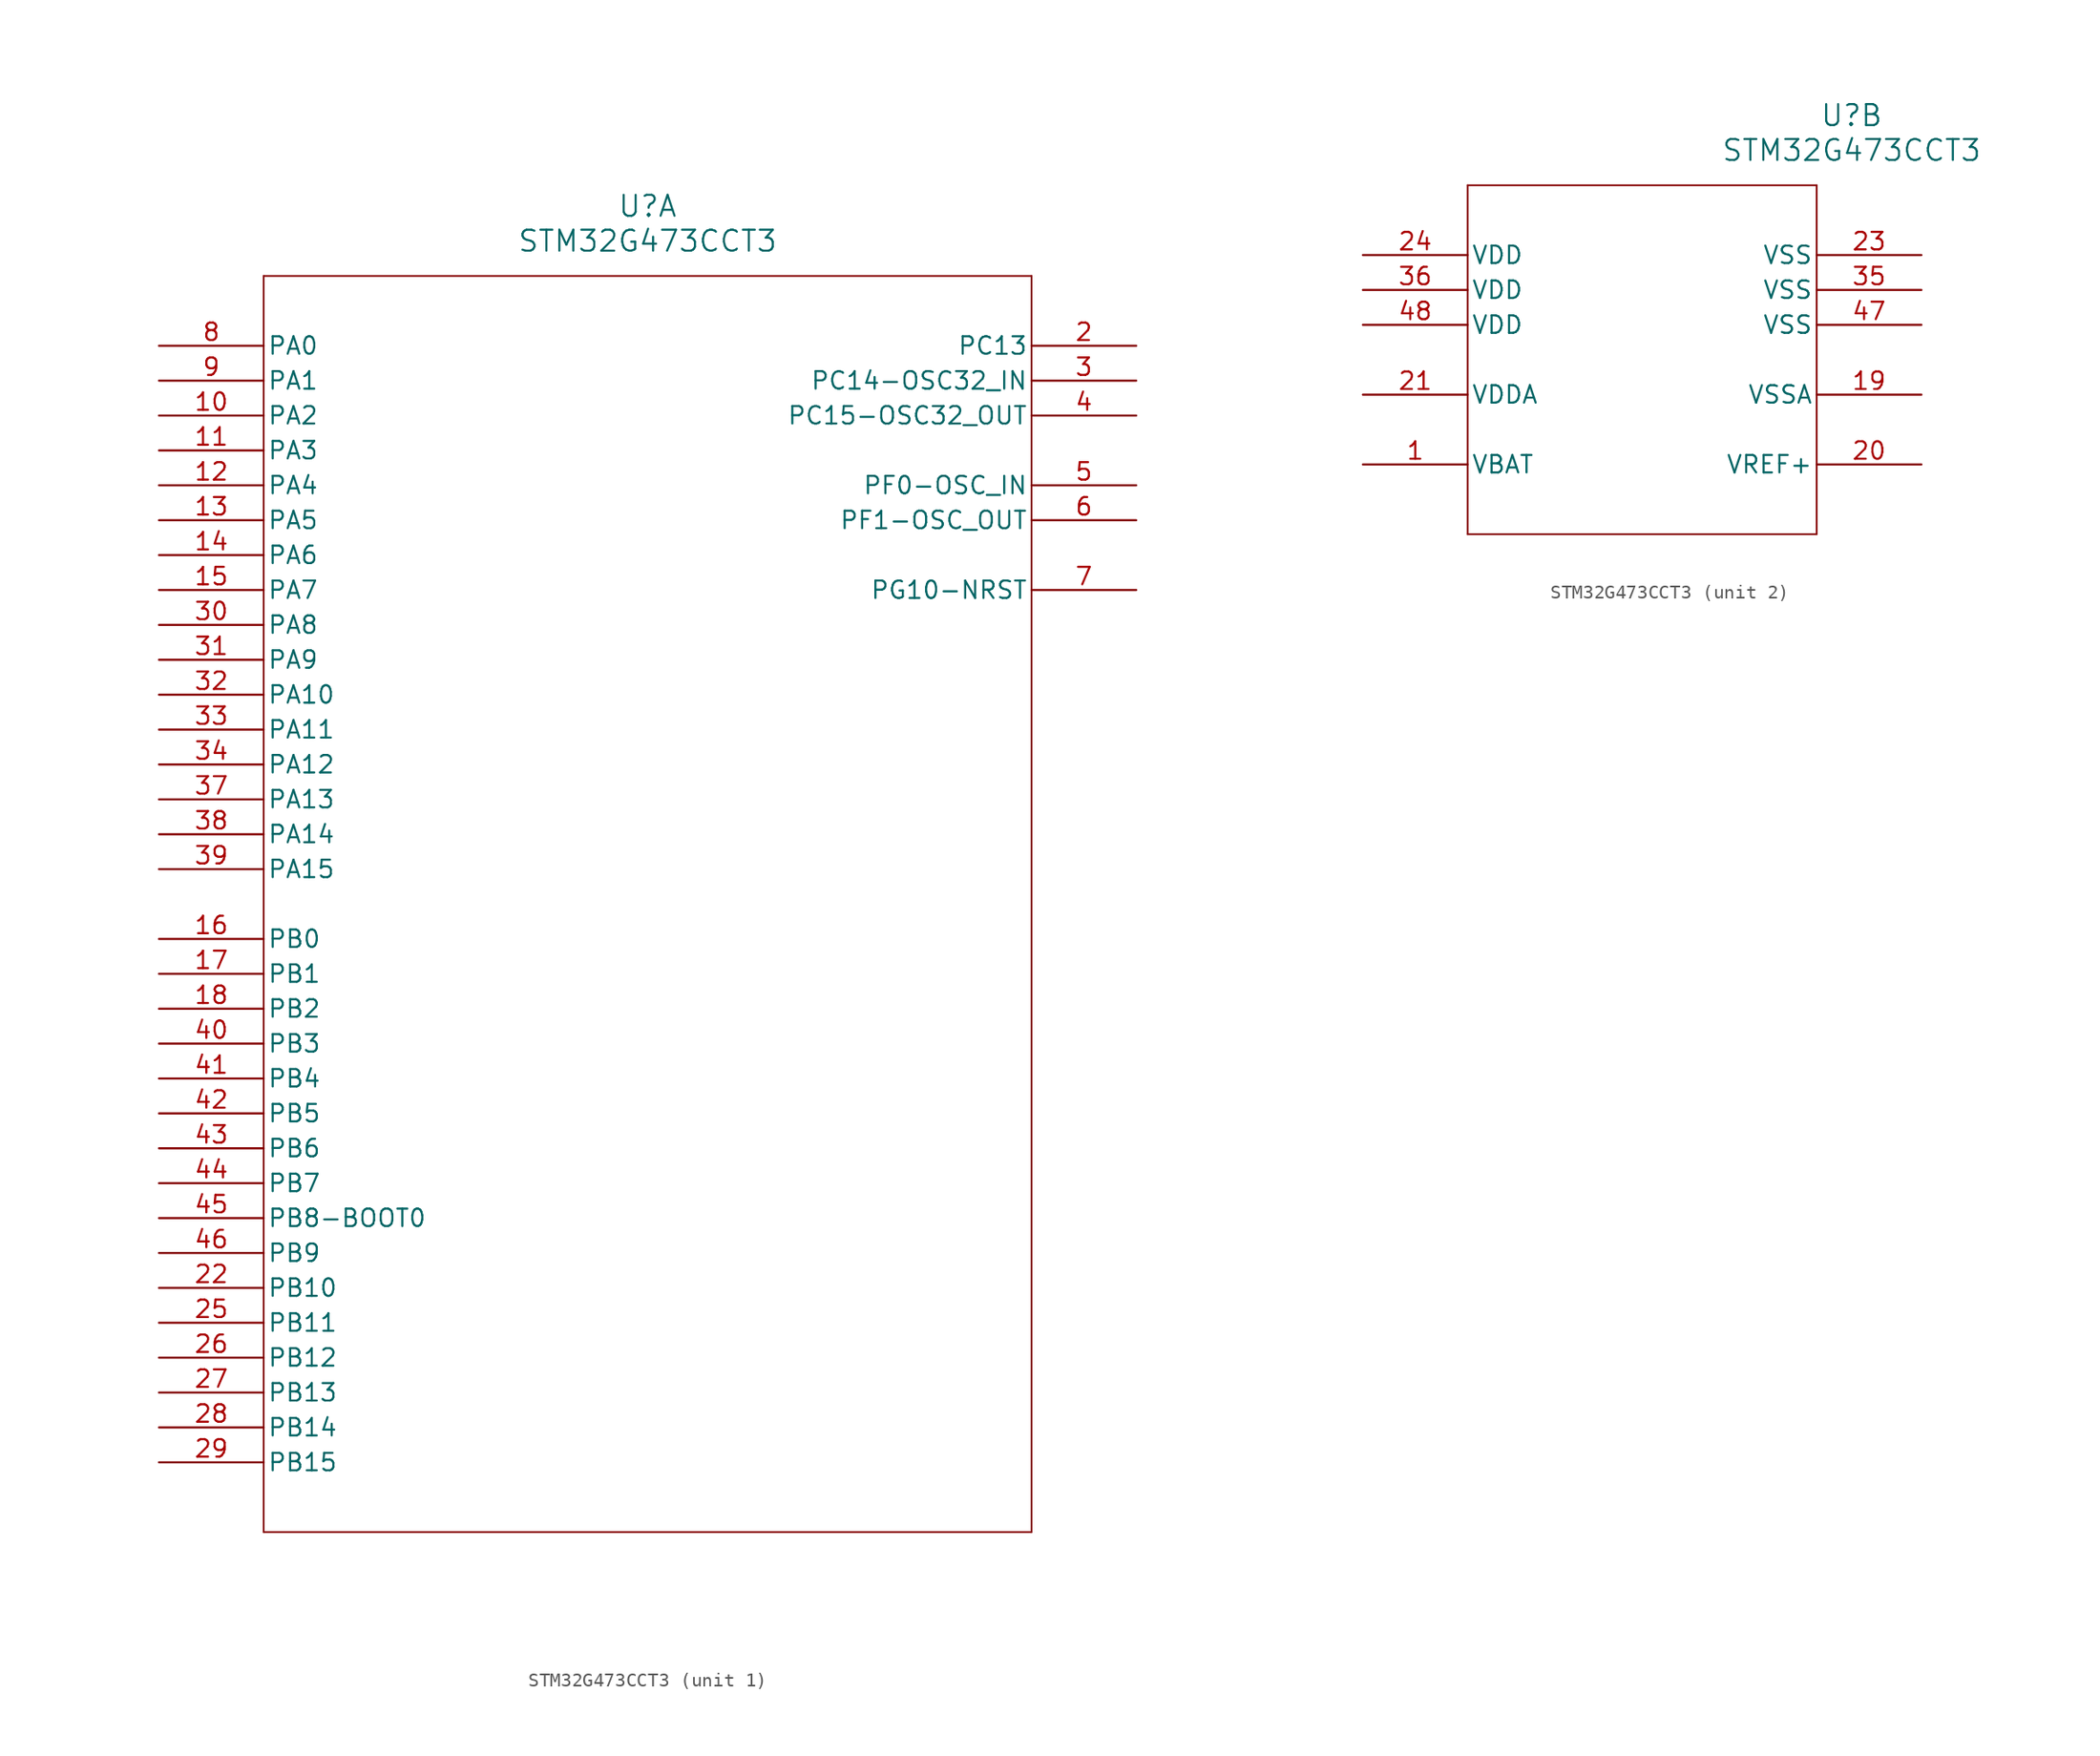
<source format=kicad_sym>
(kicad_symbol_lib
  (version 20220914)
  (generator kicad_symbol_editor)
  (symbol "STM32G473CCT3"
    (pin_names
      (offset 0.254))
    (property "Reference" "U"
      (at 35.56 10.16 0)
      (effects (font (size 1.524 1.524))))
    (property "Value" "STM32G473CCT3"
      (at 35.56 7.62 0)
      (effects (font (size 1.524 1.524))))
    (property "ki_locked" ""
      (at 0 0 0)
      (effects (font (size 1.27 1.27))))
    (symbol "STM32G473CCT3_1_1"
      (polyline (pts (xy 7.62 -86.36) (xy 63.5 -86.36)) (stroke (width 0.127) (type default)) (fill (type none)))
      (polyline (pts (xy 7.62 5.08) (xy 7.62 -86.36)) (stroke (width 0.127) (type default)) (fill (type none)))
      (polyline (pts (xy 63.5 -86.36) (xy 63.5 5.08)) (stroke (width 0.127) (type default)) (fill (type none)))
      (polyline (pts (xy 63.5 5.08) (xy 7.62 5.08)) (stroke (width 0.127) (type default)) (fill (type none)))
      (pin bidirectional line (at 0 -5.08 0) (length 7.62) (name "PA2" (effects (font (size 1.27 1.27)))) (number "10" (effects (font (size 1.27 1.27)))))
      (pin bidirectional line (at 0 -7.62 0) (length 7.62) (name "PA3" (effects (font (size 1.27 1.27)))) (number "11" (effects (font (size 1.27 1.27)))))
      (pin bidirectional line (at 0 -10.16 0) (length 7.62) (name "PA4" (effects (font (size 1.27 1.27)))) (number "12" (effects (font (size 1.27 1.27)))))
      (pin bidirectional line (at 0 -12.7 0) (length 7.62) (name "PA5" (effects (font (size 1.27 1.27)))) (number "13" (effects (font (size 1.27 1.27)))))
      (pin bidirectional line (at 0 -15.24 0) (length 7.62) (name "PA6" (effects (font (size 1.27 1.27)))) (number "14" (effects (font (size 1.27 1.27)))))
      (pin bidirectional line (at 0 -17.78 0) (length 7.62) (name "PA7" (effects (font (size 1.27 1.27)))) (number "15" (effects (font (size 1.27 1.27)))))
      (pin bidirectional line (at 0 -43.18 0) (length 7.62) (name "PB0" (effects (font (size 1.27 1.27)))) (number "16" (effects (font (size 1.27 1.27)))))
      (pin bidirectional line (at 0 -45.72 0) (length 7.62) (name "PB1" (effects (font (size 1.27 1.27)))) (number "17" (effects (font (size 1.27 1.27)))))
      (pin bidirectional line (at 0 -48.26 0) (length 7.62) (name "PB2" (effects (font (size 1.27 1.27)))) (number "18" (effects (font (size 1.27 1.27)))))
      (pin bidirectional line (at 71.12 0 180) (length 7.62) (name "PC13" (effects (font (size 1.27 1.27)))) (number "2" (effects (font (size 1.27 1.27)))))
      (pin bidirectional line (at 0 -68.58 0) (length 7.62) (name "PB10" (effects (font (size 1.27 1.27)))) (number "22" (effects (font (size 1.27 1.27)))))
      (pin bidirectional line (at 0 -71.12 0) (length 7.62) (name "PB11" (effects (font (size 1.27 1.27)))) (number "25" (effects (font (size 1.27 1.27)))))
      (pin bidirectional line (at 0 -73.66 0) (length 7.62) (name "PB12" (effects (font (size 1.27 1.27)))) (number "26" (effects (font (size 1.27 1.27)))))
      (pin bidirectional line (at 0 -76.2 0) (length 7.62) (name "PB13" (effects (font (size 1.27 1.27)))) (number "27" (effects (font (size 1.27 1.27)))))
      (pin bidirectional line (at 0 -78.74 0) (length 7.62) (name "PB14" (effects (font (size 1.27 1.27)))) (number "28" (effects (font (size 1.27 1.27)))))
      (pin bidirectional line (at 0 -81.28 0) (length 7.62) (name "PB15" (effects (font (size 1.27 1.27)))) (number "29" (effects (font (size 1.27 1.27)))))
      (pin bidirectional line (at 71.12 -2.54 180) (length 7.62) (name "PC14-OSC32_IN" (effects (font (size 1.27 1.27)))) (number "3" (effects (font (size 1.27 1.27)))))
      (pin bidirectional line (at 0 -20.32 0) (length 7.62) (name "PA8" (effects (font (size 1.27 1.27)))) (number "30" (effects (font (size 1.27 1.27)))))
      (pin bidirectional line (at 0 -22.86 0) (length 7.62) (name "PA9" (effects (font (size 1.27 1.27)))) (number "31" (effects (font (size 1.27 1.27)))))
      (pin bidirectional line (at 0 -25.4 0) (length 7.62) (name "PA10" (effects (font (size 1.27 1.27)))) (number "32" (effects (font (size 1.27 1.27)))))
      (pin bidirectional line (at 0 -27.94 0) (length 7.62) (name "PA11" (effects (font (size 1.27 1.27)))) (number "33" (effects (font (size 1.27 1.27)))))
      (pin bidirectional line (at 0 -30.48 0) (length 7.62) (name "PA12" (effects (font (size 1.27 1.27)))) (number "34" (effects (font (size 1.27 1.27)))))
      (pin bidirectional line (at 0 -33.02 0) (length 7.62) (name "PA13" (effects (font (size 1.27 1.27)))) (number "37" (effects (font (size 1.27 1.27)))))
      (pin bidirectional line (at 0 -35.56 0) (length 7.62) (name "PA14" (effects (font (size 1.27 1.27)))) (number "38" (effects (font (size 1.27 1.27)))))
      (pin bidirectional line (at 0 -38.1 0) (length 7.62) (name "PA15" (effects (font (size 1.27 1.27)))) (number "39" (effects (font (size 1.27 1.27)))))
      (pin bidirectional line (at 71.12 -5.08 180) (length 7.62) (name "PC15-OSC32_OUT" (effects (font (size 1.27 1.27)))) (number "4" (effects (font (size 1.27 1.27)))))
      (pin bidirectional line (at 0 -50.8 0) (length 7.62) (name "PB3" (effects (font (size 1.27 1.27)))) (number "40" (effects (font (size 1.27 1.27)))))
      (pin bidirectional line (at 0 -53.34 0) (length 7.62) (name "PB4" (effects (font (size 1.27 1.27)))) (number "41" (effects (font (size 1.27 1.27)))))
      (pin bidirectional line (at 0 -55.88 0) (length 7.62) (name "PB5" (effects (font (size 1.27 1.27)))) (number "42" (effects (font (size 1.27 1.27)))))
      (pin bidirectional line (at 0 -58.42 0) (length 7.62) (name "PB6" (effects (font (size 1.27 1.27)))) (number "43" (effects (font (size 1.27 1.27)))))
      (pin bidirectional line (at 0 -60.96 0) (length 7.62) (name "PB7" (effects (font (size 1.27 1.27)))) (number "44" (effects (font (size 1.27 1.27)))))
      (pin bidirectional line (at 0 -63.5 0) (length 7.62) (name "PB8-BOOT0" (effects (font (size 1.27 1.27)))) (number "45" (effects (font (size 1.27 1.27)))))
      (pin bidirectional line (at 0 -66.04 0) (length 7.62) (name "PB9" (effects (font (size 1.27 1.27)))) (number "46" (effects (font (size 1.27 1.27)))))
      (pin bidirectional line (at 71.12 -10.16 180) (length 7.62) (name "PF0-OSC_IN" (effects (font (size 1.27 1.27)))) (number "5" (effects (font (size 1.27 1.27)))))
      (pin bidirectional line (at 71.12 -12.7 180) (length 7.62) (name "PF1-OSC_OUT" (effects (font (size 1.27 1.27)))) (number "6" (effects (font (size 1.27 1.27)))))
      (pin bidirectional line (at 71.12 -17.78 180) (length 7.62) (name "PG10-NRST" (effects (font (size 1.27 1.27)))) (number "7" (effects (font (size 1.27 1.27)))))
      (pin bidirectional line (at 0 0 0) (length 7.62) (name "PA0" (effects (font (size 1.27 1.27)))) (number "8" (effects (font (size 1.27 1.27)))))
      (pin bidirectional line (at 0 -2.54 0) (length 7.62) (name "PA1" (effects (font (size 1.27 1.27)))) (number "9" (effects (font (size 1.27 1.27))))))
    (symbol "STM32G473CCT3_2_1"
      (polyline (pts (xy 7.62 -20.32) (xy 33.02 -20.32)) (stroke (width 0.127) (type default)) (fill (type none)))
      (polyline (pts (xy 7.62 5.08) (xy 7.62 -20.32)) (stroke (width 0.127) (type default)) (fill (type none)))
      (polyline (pts (xy 33.02 -20.32) (xy 33.02 5.08)) (stroke (width 0.127) (type default)) (fill (type none)))
      (polyline (pts (xy 33.02 5.08) (xy 7.62 5.08)) (stroke (width 0.127) (type default)) (fill (type none)))
      (pin power_in line (at 0 -15.24 0) (length 7.62) (name "VBAT" (effects (font (size 1.27 1.27)))) (number "1" (effects (font (size 1.27 1.27)))))
      (pin power_in line (at 40.64 -10.16 180) (length 7.62) (name "VSSA" (effects (font (size 1.27 1.27)))) (number "19" (effects (font (size 1.27 1.27)))))
      (pin power_in line (at 40.64 -15.24 180) (length 7.62) (name "VREF+" (effects (font (size 1.27 1.27)))) (number "20" (effects (font (size 1.27 1.27)))))
      (pin power_in line (at 0 -10.16 0) (length 7.62) (name "VDDA" (effects (font (size 1.27 1.27)))) (number "21" (effects (font (size 1.27 1.27)))))
      (pin power_in line (at 40.64 0 180) (length 7.62) (name "VSS" (effects (font (size 1.27 1.27)))) (number "23" (effects (font (size 1.27 1.27)))))
      (pin power_in line (at 0 0 0) (length 7.62) (name "VDD" (effects (font (size 1.27 1.27)))) (number "24" (effects (font (size 1.27 1.27)))))
      (pin power_in line (at 40.64 -2.54 180) (length 7.62) (name "VSS" (effects (font (size 1.27 1.27)))) (number "35" (effects (font (size 1.27 1.27)))))
      (pin power_in line (at 0 -2.54 0) (length 7.62) (name "VDD" (effects (font (size 1.27 1.27)))) (number "36" (effects (font (size 1.27 1.27)))))
      (pin power_in line (at 40.64 -5.08 180) (length 7.62) (name "VSS" (effects (font (size 1.27 1.27)))) (number "47" (effects (font (size 1.27 1.27)))))
      (pin power_in line (at 0 -5.08 0) (length 7.62) (name "VDD" (effects (font (size 1.27 1.27)))) (number "48" (effects (font (size 1.27 1.27))))))))
</source>
